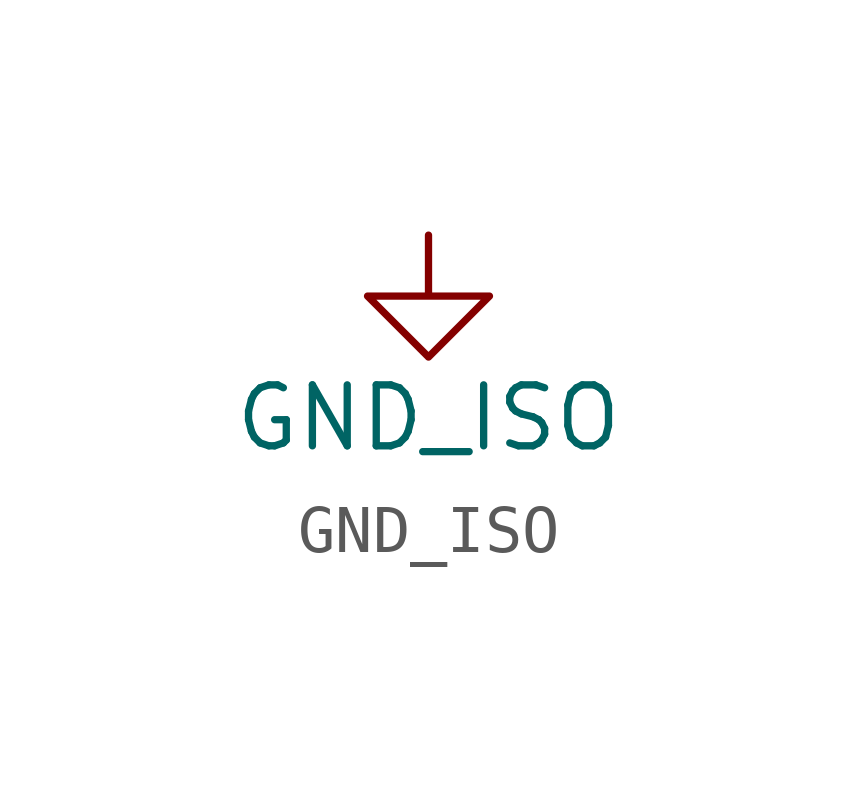
<source format=kicad_sym>
(kicad_symbol_lib
  (version 20211014)
  (generator kicad_symbol_editor)
  (symbol "GND_ISO"
    (power)
    (pin_names
      (offset 0))
    (property "Reference" "#PWR"
      (at 0 -6.35 0)
      (effects (font (size 1.27 1.27)) hide))
    (property "Value" "GND_ISO"
      (at 0 -3.81 0)
      (effects (font (size 1.27 1.27))))
    (symbol "GND_ISO_0_1"
      (polyline (pts (xy 0 0) (xy 0 -1.27) (xy 1.27 -1.27) (xy 0 -2.54) (xy -1.27 -1.27) (xy 0 -1.27)) (stroke (width 0) (type default) (color 0 0 0 0)) (fill (type none))))
    (symbol "GND_ISO_1_1"
      (pin power_in line (at 0 0 270) (length 0) hide (name "GND" (effects (font (size 1.27 1.27)))) (number "1" (effects (font (size 1.27 1.27))))))))
</source>
